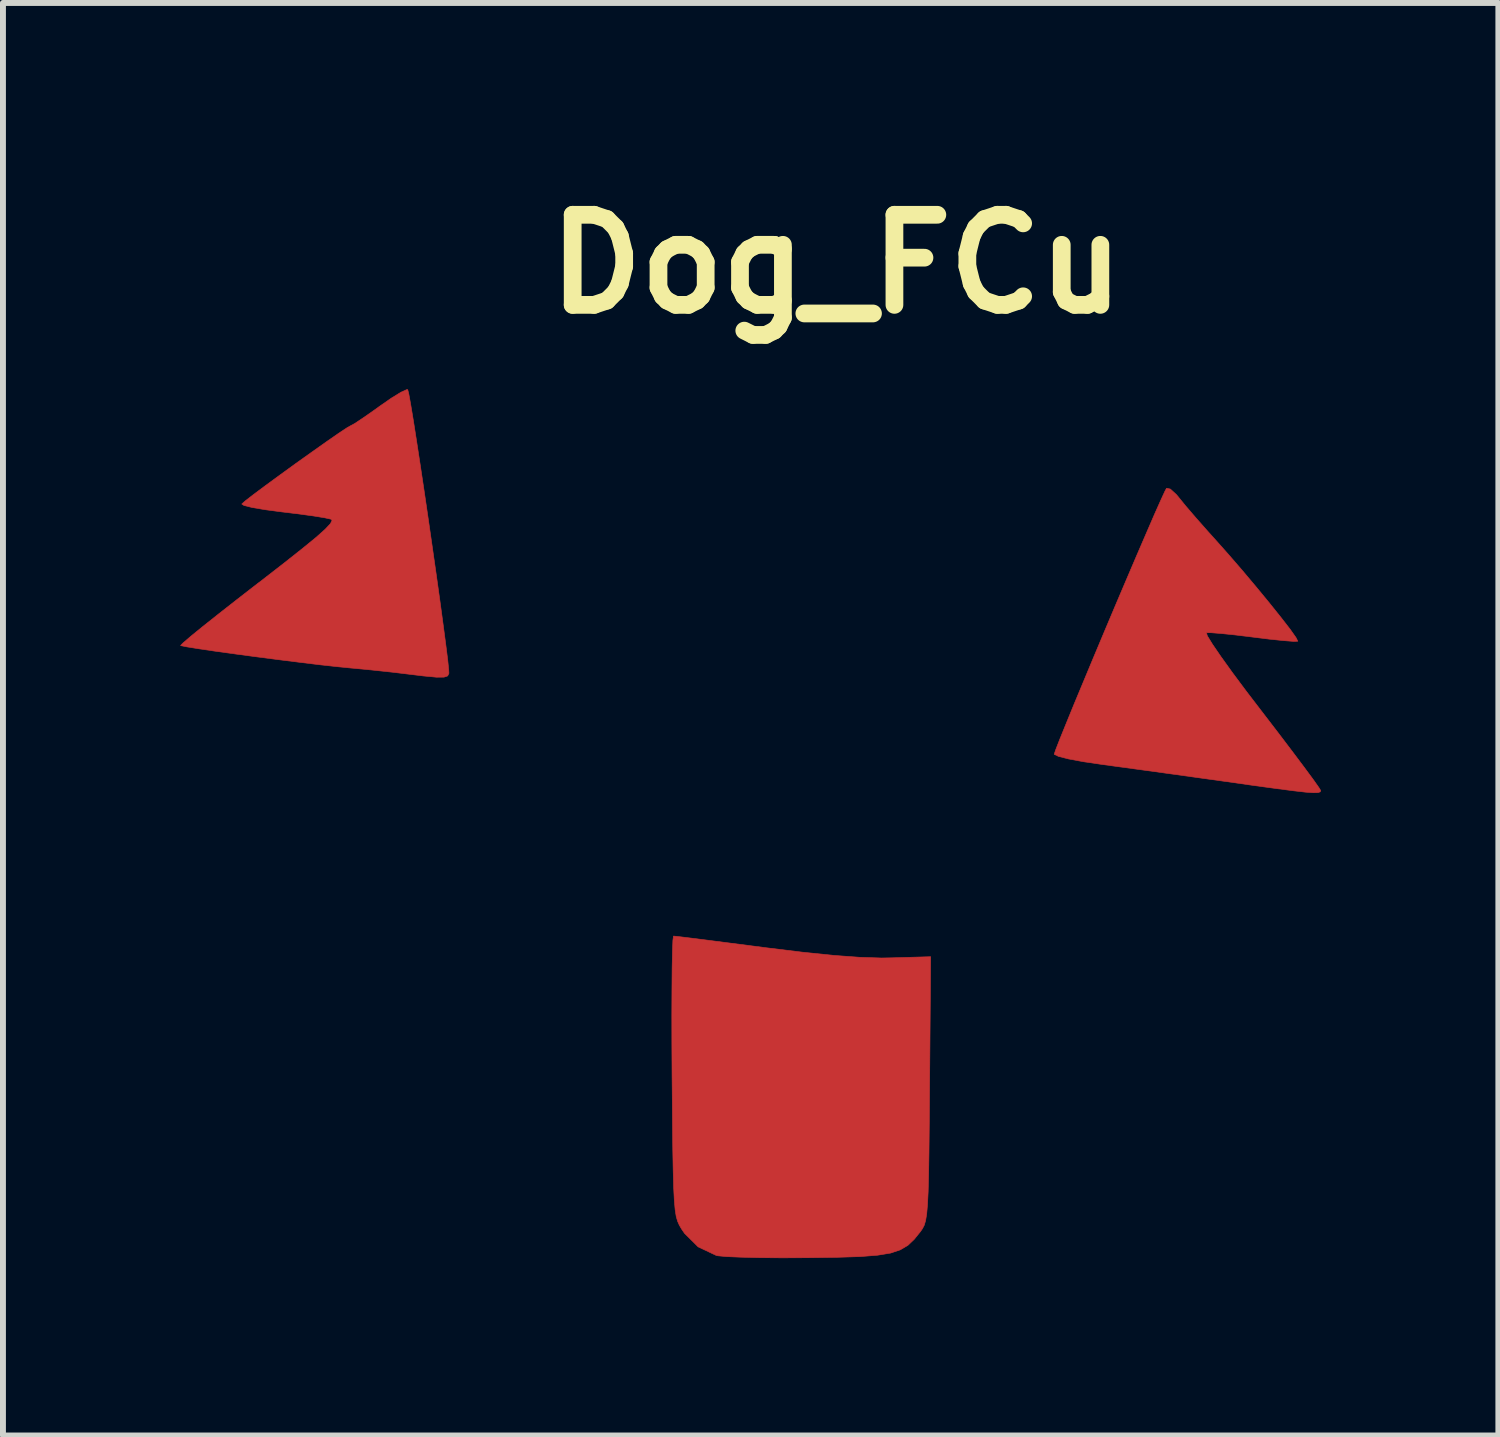
<source format=kicad_pcb>
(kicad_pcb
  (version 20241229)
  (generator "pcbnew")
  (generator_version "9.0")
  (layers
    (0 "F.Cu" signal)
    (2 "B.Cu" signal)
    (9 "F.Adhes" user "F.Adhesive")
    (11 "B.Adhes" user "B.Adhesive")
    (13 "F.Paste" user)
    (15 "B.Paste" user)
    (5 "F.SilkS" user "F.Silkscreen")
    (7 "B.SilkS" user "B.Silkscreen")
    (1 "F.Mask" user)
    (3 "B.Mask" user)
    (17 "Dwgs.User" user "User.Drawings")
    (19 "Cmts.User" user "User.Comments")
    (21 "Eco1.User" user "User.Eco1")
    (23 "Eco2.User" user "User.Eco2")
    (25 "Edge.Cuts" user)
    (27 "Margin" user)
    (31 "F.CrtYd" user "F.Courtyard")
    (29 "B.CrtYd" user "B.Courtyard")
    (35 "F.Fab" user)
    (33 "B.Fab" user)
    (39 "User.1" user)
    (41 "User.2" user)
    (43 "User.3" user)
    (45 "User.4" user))
  (footprint "Dog_FCu"
    (layer "F.Cu")
    (at 11.101 1.418)
    (property "Reference" "Dog_FCu" (at 0 0 0) (layer "F.SilkS") (effects (font (size 1.524 1.524) (thickness 0.3))))
    (attr through_hole)
    (fp_poly (pts (xy -2.685 11.374) (xy -2.504 11.396) (xy -2.233 11.43) (xy -1.891 11.474) (xy -1.494 11.525) (xy -1.219 11.561) (xy -0.579 11.639) (xy -0.047 11.694) (xy 0.394 11.726) (xy 0.761 11.738) (xy 0.934 11.735) (xy 1.592 11.716) (xy 1.574 13.95) (xy 1.569 14.542) (xy 1.564 15.021) (xy 1.558 15.399) (xy 1.55 15.691) (xy 1.539 15.91) (xy 1.525 16.068) (xy 1.507 16.179) (xy 1.484 16.258) (xy 1.454 16.316) (xy 1.422 16.363) (xy 1.315 16.496) (xy 1.207 16.599) (xy 1.078 16.675) (xy 0.913 16.73) (xy 0.692 16.766) (xy 0.399 16.789) (xy 0.014 16.801) (xy -0.478 16.808) (xy -0.508 16.808) (xy -0.921 16.81) (xy -1.3 16.807) (xy -1.622 16.799) (xy -1.866 16.789) (xy -2.012 16.775) (xy -2.034 16.77) (xy -2.342 16.624) (xy -2.571 16.396) (xy -2.623 16.32) (xy -2.659 16.258) (xy -2.688 16.193) (xy -2.712 16.11) (xy -2.73 15.996) (xy -2.744 15.838) (xy -2.755 15.623) (xy -2.763 15.338) (xy -2.77 14.969) (xy -2.775 14.503) (xy -2.78 13.927) (xy -2.782 13.732) (xy -2.785 13.198) (xy -2.786 12.706) (xy -2.784 12.27) (xy -2.781 11.905) (xy -2.775 11.623) (xy -2.768 11.439) (xy -2.758 11.367) (xy -2.757 11.367) (xy -2.685 11.374)) (stroke (width 0.01) (type solid)) (fill yes) (layer "F.Cu"))
    (fp_poly (pts (xy 5.647 3.805) (xy 5.75 3.899) (xy 5.792 3.95) (xy 5.904 4.088) (xy 6.075 4.287) (xy 6.276 4.515) (xy 6.397 4.649) (xy 6.623 4.903) (xy 6.862 5.179) (xy 7.1 5.462) (xy 7.324 5.734) (xy 7.52 5.979) (xy 7.675 6.179) (xy 7.773 6.318) (xy 7.803 6.379) (xy 7.803 6.379) (xy 7.733 6.382) (xy 7.564 6.369) (xy 7.321 6.344) (xy 7.055 6.311) (xy 6.761 6.275) (xy 6.511 6.249) (xy 6.332 6.235) (xy 6.257 6.236) (xy 6.273 6.289) (xy 6.358 6.428) (xy 6.503 6.64) (xy 6.699 6.913) (xy 6.936 7.231) (xy 7.185 7.556) (xy 7.456 7.909) (xy 7.699 8.229) (xy 7.904 8.502) (xy 8.062 8.716) (xy 8.16 8.855) (xy 8.191 8.906) (xy 8.182 8.927) (xy 8.147 8.94) (xy 8.07 8.942) (xy 7.938 8.933) (xy 7.737 8.91) (xy 7.451 8.873) (xy 7.068 8.821) (xy 6.604 8.755) (xy 6.143 8.691) (xy 5.662 8.624) (xy 5.198 8.56) (xy 4.787 8.504) (xy 4.493 8.464) (xy 4.18 8.418) (xy 3.926 8.371) (xy 3.754 8.327) (xy 3.684 8.293) (xy 3.683 8.29) (xy 3.707 8.217) (xy 3.775 8.042) (xy 3.88 7.783) (xy 4.014 7.455) (xy 4.173 7.073) (xy 4.348 6.653) (xy 4.533 6.212) (xy 4.722 5.764) (xy 4.908 5.327) (xy 5.084 4.915) (xy 5.244 4.544) (xy 5.38 4.23) (xy 5.487 3.99) (xy 5.557 3.838) (xy 5.583 3.791) (xy 5.647 3.805)) (stroke (width 0.01) (type solid)) (fill yes) (layer "F.Cu"))
    (fp_poly (pts (xy -7.254 2.123) (xy -7.236 2.193) (xy -7.204 2.371) (xy -7.159 2.642) (xy -7.105 2.987) (xy -7.043 3.391) (xy -6.976 3.837) (xy -6.907 4.307) (xy -6.838 4.785) (xy -6.771 5.253) (xy -6.709 5.696) (xy -6.655 6.095) (xy -6.61 6.435) (xy -6.577 6.698) (xy -6.56 6.867) (xy -6.557 6.923) (xy -6.578 6.966) (xy -6.64 6.987) (xy -6.765 6.988) (xy -6.978 6.968) (xy -7.176 6.944) (xy -7.507 6.904) (xy -7.853 6.867) (xy -8.154 6.838) (xy -8.223 6.832) (xy -8.434 6.811) (xy -8.719 6.78) (xy -9.057 6.739) (xy -9.425 6.693) (xy -9.804 6.644) (xy -10.17 6.595) (xy -10.503 6.549) (xy -10.781 6.508) (xy -10.983 6.476) (xy -11.087 6.455) (xy -11.096 6.451) (xy -11.054 6.408) (xy -10.925 6.297) (xy -10.72 6.13) (xy -10.452 5.917) (xy -10.134 5.668) (xy -9.78 5.393) (xy -9.777 5.392) (xy -9.362 5.07) (xy -9.041 4.816) (xy -8.806 4.624) (xy -8.649 4.484) (xy -8.561 4.39) (xy -8.534 4.336) (xy -8.551 4.315) (xy -8.659 4.291) (xy -8.863 4.258) (xy -9.131 4.222) (xy -9.381 4.192) (xy -9.66 4.155) (xy -9.882 4.118) (xy -10.023 4.083) (xy -10.061 4.058) (xy -10 4.004) (xy -9.858 3.894) (xy -9.654 3.742) (xy -9.408 3.562) (xy -9.142 3.369) (xy -8.875 3.179) (xy -8.629 3.005) (xy -8.423 2.862) (xy -8.278 2.766) (xy -8.215 2.731) (xy -8.215 2.731) (xy -8.15 2.696) (xy -8.009 2.602) (xy -7.817 2.468) (xy -7.734 2.408) (xy -7.531 2.267) (xy -7.368 2.167) (xy -7.269 2.122) (xy -7.254 2.123)) (stroke (width 0.01) (type solid)) (fill yes) (layer "F.Cu")))
  (gr_rect
    (start -3 -3)
    (end 22.297 21.233)
    (stroke (width 0.1) (type default))
    (fill no)
    (layer "Edge.Cuts")))
</source>
